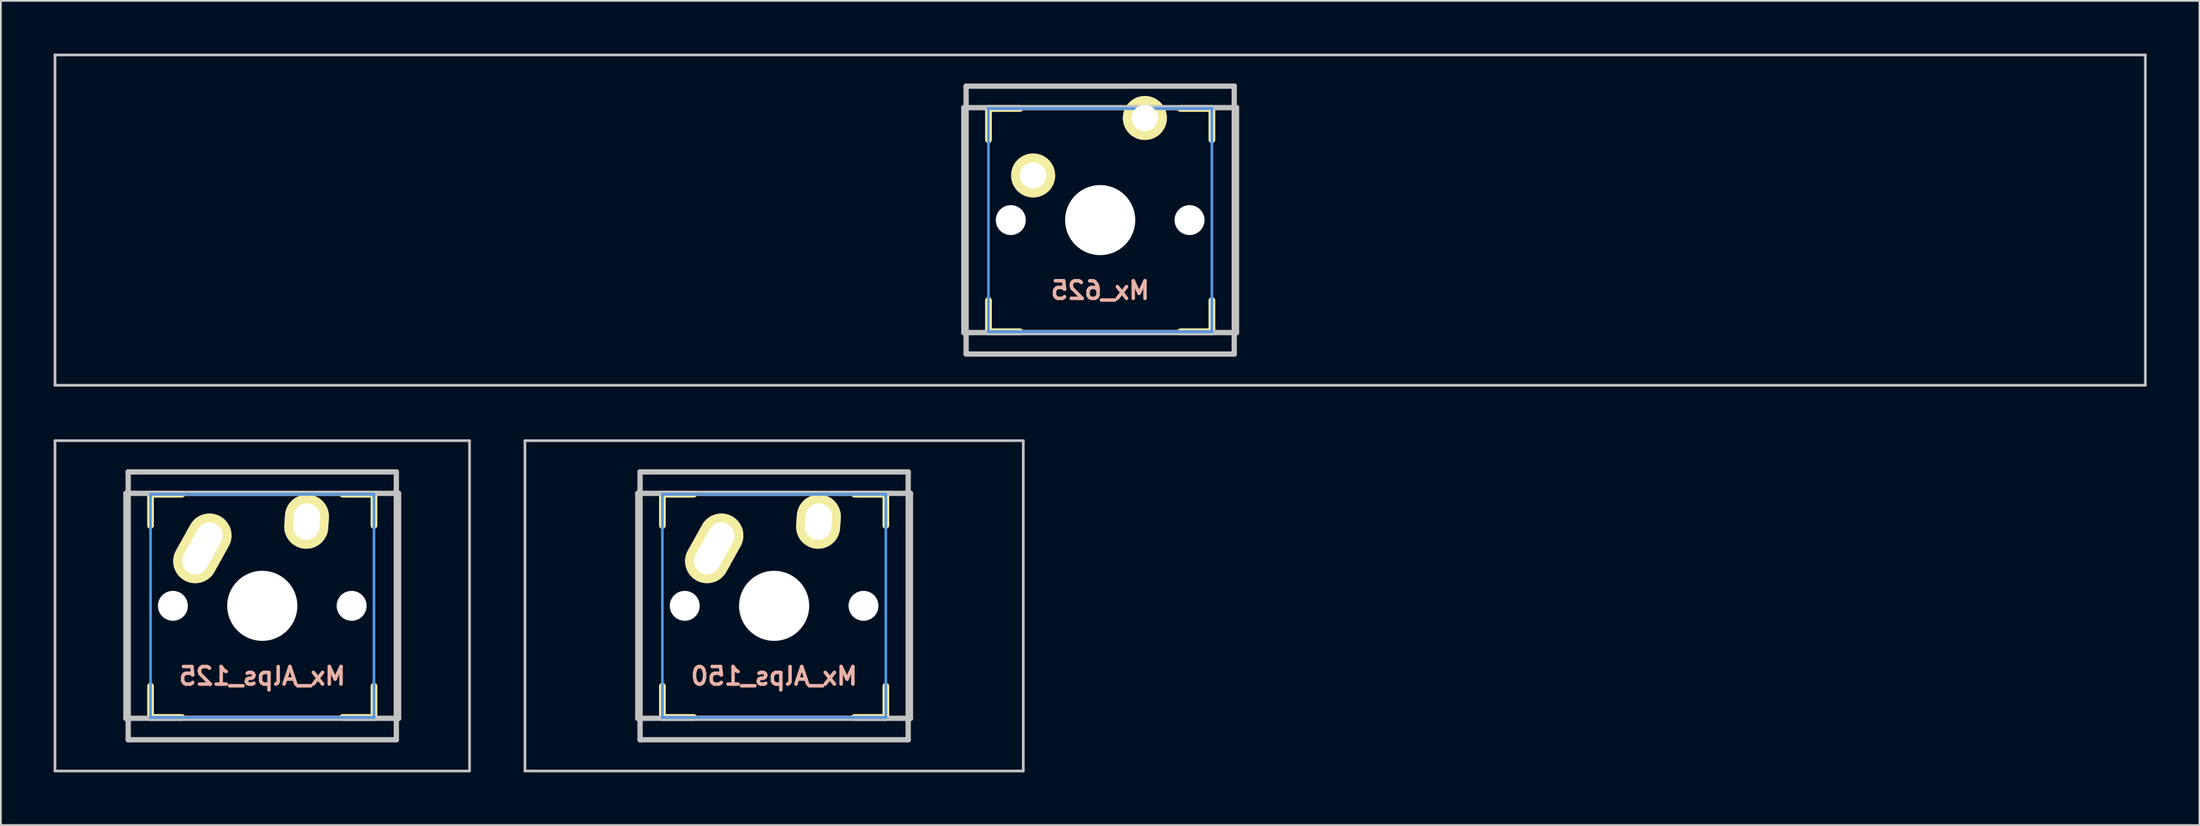
<source format=kicad_pcb>
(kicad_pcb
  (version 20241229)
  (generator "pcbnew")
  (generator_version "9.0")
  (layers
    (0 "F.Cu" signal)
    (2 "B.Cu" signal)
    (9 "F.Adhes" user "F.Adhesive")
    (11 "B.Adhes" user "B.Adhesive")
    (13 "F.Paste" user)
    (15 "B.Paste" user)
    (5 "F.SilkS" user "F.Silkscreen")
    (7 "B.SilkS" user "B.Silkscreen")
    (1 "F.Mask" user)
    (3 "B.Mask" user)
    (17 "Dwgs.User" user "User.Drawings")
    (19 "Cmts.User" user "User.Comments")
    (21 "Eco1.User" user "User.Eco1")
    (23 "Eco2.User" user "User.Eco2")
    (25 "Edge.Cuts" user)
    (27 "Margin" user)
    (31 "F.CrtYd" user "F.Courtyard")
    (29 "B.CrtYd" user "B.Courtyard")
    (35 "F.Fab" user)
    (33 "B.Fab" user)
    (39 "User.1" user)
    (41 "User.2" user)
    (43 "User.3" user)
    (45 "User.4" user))
  (footprint "Mx_Alps_150"
    (layer "F.Cu")
    (at 40.95 31.423)
    (property "Reference" "Mx_Alps_150" (at 0 4 0) (layer "B.SilkS") (effects (font (size 1 1) (thickness 0.2)) (justify mirror)))
    (attr through_hole)
    (fp_line (start -6.35 -6.35) (end -4.572 -6.35) (stroke (width 0.381) (type solid)) (layer "F.SilkS"))
    (fp_line (start -6.35 -4.572) (end -6.35 -6.35) (stroke (width 0.381) (type solid)) (layer "F.SilkS"))
    (fp_line (start -6.35 6.35) (end -6.35 4.572) (stroke (width 0.381) (type solid)) (layer "F.SilkS"))
    (fp_line (start -4.572 6.35) (end -6.35 6.35) (stroke (width 0.381) (type solid)) (layer "F.SilkS"))
    (fp_line (start 4.572 -6.35) (end 6.35 -6.35) (stroke (width 0.381) (type solid)) (layer "F.SilkS"))
    (fp_line (start 6.35 -6.35) (end 6.35 -4.572) (stroke (width 0.381) (type solid)) (layer "F.SilkS"))
    (fp_line (start 6.35 4.572) (end 6.35 6.35) (stroke (width 0.381) (type solid)) (layer "F.SilkS"))
    (fp_line (start 6.35 6.35) (end 4.572 6.35) (stroke (width 0.381) (type solid)) (layer "F.SilkS"))
    (fp_line (start -14.161 -9.398) (end 14.161 -9.398) (stroke (width 0.152) (type solid)) (layer "Dwgs.User"))
    (fp_line (start -14.161 9.398) (end -14.161 -9.398) (stroke (width 0.152) (type solid)) (layer "Dwgs.User"))
    (fp_line (start -7.75 6.4) (end -7.75 -6.4) (stroke (width 0.3) (type solid)) (layer "Dwgs.User"))
    (fp_line (start -7.75 6.4) (end 7.75 6.4) (stroke (width 0.3) (type solid)) (layer "Dwgs.User"))
    (fp_line (start -7.62 -7.62) (end 7.62 -7.62) (stroke (width 0.3) (type solid)) (layer "Dwgs.User"))
    (fp_line (start -7.62 7.62) (end -7.62 -7.62) (stroke (width 0.3) (type solid)) (layer "Dwgs.User"))
    (fp_line (start 7.62 -7.62) (end 7.62 7.62) (stroke (width 0.3) (type solid)) (layer "Dwgs.User"))
    (fp_line (start 7.62 7.62) (end -7.62 7.62) (stroke (width 0.3) (type solid)) (layer "Dwgs.User"))
    (fp_line (start 7.75 -6.4) (end -7.75 -6.4) (stroke (width 0.3) (type solid)) (layer "Dwgs.User"))
    (fp_line (start 7.75 6.4) (end 7.75 -6.4) (stroke (width 0.3) (type solid)) (layer "Dwgs.User"))
    (fp_line (start 14.161 -9.398) (end 14.161 9.398) (stroke (width 0.152) (type solid)) (layer "Dwgs.User"))
    (fp_line (start 14.161 9.398) (end -14.161 9.398) (stroke (width 0.152) (type solid)) (layer "Dwgs.User"))
    (fp_line (start -6.35 -6.35) (end 6.35 -6.35) (stroke (width 0.152) (type solid)) (layer "Cmts.User"))
    (fp_line (start -6.35 6.35) (end -6.35 -6.35) (stroke (width 0.152) (type solid)) (layer "Cmts.User"))
    (fp_line (start 6.35 -6.35) (end 6.35 6.35) (stroke (width 0.152) (type solid)) (layer "Cmts.User"))
    (fp_line (start 6.35 6.35) (end -6.35 6.35) (stroke (width 0.152) (type solid)) (layer "Cmts.User"))
    (fp_line (start -6.985 -6.985) (end 6.985 -6.985) (stroke (width 0.152) (type solid)) (layer "Eco2.User"))
    (fp_line (start -6.985 6.985) (end -6.985 -6.985) (stroke (width 0.152) (type solid)) (layer "Eco2.User"))
    (fp_line (start 6.985 -6.985) (end 6.985 6.985) (stroke (width 0.152) (type solid)) (layer "Eco2.User"))
    (fp_line (start 6.985 6.985) (end -6.985 6.985) (stroke (width 0.152) (type solid)) (layer "Eco2.User"))
    (pad "" np_thru_hole circle (at -5.08 0) (size 1.702 1.702) (drill 1.702) (layers "*.Cu"))
    (pad "" np_thru_hole circle (at 0 0) (size 3.988 3.988) (drill 3.988) (layers "*.Cu"))
    (pad "" np_thru_hole circle (at 5.08 0) (size 1.702 1.702) (drill 1.702) (layers "*.Cu"))
    (pad "1" thru_hole oval (at -3.405 -3.27 330.95) (size 2.5 4.17) (drill oval 1.5 3.17) (layers "*.Cu" "*.Mask" "F.SilkS"))
    (pad "2" thru_hole oval (at 2.52 -4.79 356.1) (size 2.5 3.08) (drill oval 1.5 2.08) (layers "*.Cu" "*.Mask" "F.SilkS")))
  (footprint "Mx_625"
    (layer "F.Cu")
    (at 59.482 9.474)
    (property "Reference" "Mx_625" (at 0 4 0) (layer "B.SilkS") (effects (font (size 1 1) (thickness 0.2)) (justify mirror)))
    (attr through_hole)
    (fp_line (start -6.35 -6.35) (end -4.572 -6.35) (stroke (width 0.381) (type solid)) (layer "F.SilkS"))
    (fp_line (start -6.35 -4.572) (end -6.35 -6.35) (stroke (width 0.381) (type solid)) (layer "F.SilkS"))
    (fp_line (start -6.35 6.35) (end -6.35 4.572) (stroke (width 0.381) (type solid)) (layer "F.SilkS"))
    (fp_line (start -4.572 6.35) (end -6.35 6.35) (stroke (width 0.381) (type solid)) (layer "F.SilkS"))
    (fp_line (start 4.572 -6.35) (end 6.35 -6.35) (stroke (width 0.381) (type solid)) (layer "F.SilkS"))
    (fp_line (start 6.35 -6.35) (end 6.35 -4.572) (stroke (width 0.381) (type solid)) (layer "F.SilkS"))
    (fp_line (start 6.35 4.572) (end 6.35 6.35) (stroke (width 0.381) (type solid)) (layer "F.SilkS"))
    (fp_line (start 6.35 6.35) (end 4.572 6.35) (stroke (width 0.381) (type solid)) (layer "F.SilkS"))
    (fp_line (start -59.406 -9.398) (end 59.406 -9.398) (stroke (width 0.152) (type solid)) (layer "Dwgs.User"))
    (fp_line (start -59.406 9.398) (end -59.406 -9.398) (stroke (width 0.152) (type solid)) (layer "Dwgs.User"))
    (fp_line (start -7.75 6.4) (end -7.75 -6.4) (stroke (width 0.3) (type solid)) (layer "Dwgs.User"))
    (fp_line (start -7.75 6.4) (end 7.75 6.4) (stroke (width 0.3) (type solid)) (layer "Dwgs.User"))
    (fp_line (start -7.62 -7.62) (end 7.62 -7.62) (stroke (width 0.3) (type solid)) (layer "Dwgs.User"))
    (fp_line (start -7.62 7.62) (end -7.62 -7.62) (stroke (width 0.3) (type solid)) (layer "Dwgs.User"))
    (fp_line (start 7.62 -7.62) (end 7.62 7.62) (stroke (width 0.3) (type solid)) (layer "Dwgs.User"))
    (fp_line (start 7.62 7.62) (end -7.62 7.62) (stroke (width 0.3) (type solid)) (layer "Dwgs.User"))
    (fp_line (start 7.75 -6.4) (end -7.75 -6.4) (stroke (width 0.3) (type solid)) (layer "Dwgs.User"))
    (fp_line (start 7.75 6.4) (end 7.75 -6.4) (stroke (width 0.3) (type solid)) (layer "Dwgs.User"))
    (fp_line (start 59.406 -9.398) (end 59.406 9.398) (stroke (width 0.152) (type solid)) (layer "Dwgs.User"))
    (fp_line (start 59.406 9.398) (end -59.406 9.398) (stroke (width 0.152) (type solid)) (layer "Dwgs.User"))
    (fp_line (start -6.35 -6.35) (end 6.35 -6.35) (stroke (width 0.152) (type solid)) (layer "Cmts.User"))
    (fp_line (start -6.35 6.35) (end -6.35 -6.35) (stroke (width 0.152) (type solid)) (layer "Cmts.User"))
    (fp_line (start 6.35 -6.35) (end 6.35 6.35) (stroke (width 0.152) (type solid)) (layer "Cmts.User"))
    (fp_line (start 6.35 6.35) (end -6.35 6.35) (stroke (width 0.152) (type solid)) (layer "Cmts.User"))
    (fp_line (start -6.985 -6.985) (end 6.985 -6.985) (stroke (width 0.152) (type solid)) (layer "Eco2.User"))
    (fp_line (start -6.985 6.985) (end -6.985 -6.985) (stroke (width 0.152) (type solid)) (layer "Eco2.User"))
    (fp_line (start 6.985 -6.985) (end 6.985 6.985) (stroke (width 0.152) (type solid)) (layer "Eco2.User"))
    (fp_line (start 6.985 6.985) (end -6.985 6.985) (stroke (width 0.152) (type solid)) (layer "Eco2.User"))
    (pad "" np_thru_hole circle (at -5.08 0) (size 1.702 1.702) (drill 1.702) (layers "*.Cu"))
    (pad "" np_thru_hole circle (at 0 0) (size 3.988 3.988) (drill 3.988) (layers "*.Cu"))
    (pad "" np_thru_hole circle (at 5.08 0) (size 1.702 1.702) (drill 1.702) (layers "*.Cu"))
    (pad "1" thru_hole circle (at -3.81 -2.54 330.95) (size 2.5 2.5) (drill 1.5) (layers "*.Cu" "*.Mask" "F.SilkS"))
    (pad "2" thru_hole circle (at 2.54 -5.81 356.1) (size 2.5 2.5) (drill 1.5) (layers "*.Cu" "*.Mask" "F.SilkS")))
  (footprint "Mx_Alps_125"
    (layer "F.Cu")
    (at 11.857 31.423)
    (property "Reference" "Mx_Alps_125" (at 0 4 0) (layer "B.SilkS") (effects (font (size 1 1) (thickness 0.2)) (justify mirror)))
    (attr through_hole)
    (fp_line (start -6.35 -6.35) (end -4.572 -6.35) (stroke (width 0.381) (type solid)) (layer "F.SilkS"))
    (fp_line (start -6.35 -4.572) (end -6.35 -6.35) (stroke (width 0.381) (type solid)) (layer "F.SilkS"))
    (fp_line (start -6.35 6.35) (end -6.35 4.572) (stroke (width 0.381) (type solid)) (layer "F.SilkS"))
    (fp_line (start -4.572 6.35) (end -6.35 6.35) (stroke (width 0.381) (type solid)) (layer "F.SilkS"))
    (fp_line (start 4.572 -6.35) (end 6.35 -6.35) (stroke (width 0.381) (type solid)) (layer "F.SilkS"))
    (fp_line (start 6.35 -6.35) (end 6.35 -4.572) (stroke (width 0.381) (type solid)) (layer "F.SilkS"))
    (fp_line (start 6.35 4.572) (end 6.35 6.35) (stroke (width 0.381) (type solid)) (layer "F.SilkS"))
    (fp_line (start 6.35 6.35) (end 4.572 6.35) (stroke (width 0.381) (type solid)) (layer "F.SilkS"))
    (fp_line (start -11.781 -9.398) (end 11.781 -9.398) (stroke (width 0.152) (type solid)) (layer "Dwgs.User"))
    (fp_line (start -11.781 9.398) (end -11.781 -9.398) (stroke (width 0.152) (type solid)) (layer "Dwgs.User"))
    (fp_line (start -7.75 6.4) (end -7.75 -6.4) (stroke (width 0.3) (type solid)) (layer "Dwgs.User"))
    (fp_line (start -7.75 6.4) (end 7.75 6.4) (stroke (width 0.3) (type solid)) (layer "Dwgs.User"))
    (fp_line (start -7.62 -7.62) (end 7.62 -7.62) (stroke (width 0.3) (type solid)) (layer "Dwgs.User"))
    (fp_line (start -7.62 7.62) (end -7.62 -7.62) (stroke (width 0.3) (type solid)) (layer "Dwgs.User"))
    (fp_line (start 7.62 -7.62) (end 7.62 7.62) (stroke (width 0.3) (type solid)) (layer "Dwgs.User"))
    (fp_line (start 7.62 7.62) (end -7.62 7.62) (stroke (width 0.3) (type solid)) (layer "Dwgs.User"))
    (fp_line (start 7.75 -6.4) (end -7.75 -6.4) (stroke (width 0.3) (type solid)) (layer "Dwgs.User"))
    (fp_line (start 7.75 6.4) (end 7.75 -6.4) (stroke (width 0.3) (type solid)) (layer "Dwgs.User"))
    (fp_line (start 11.781 -9.398) (end 11.781 9.398) (stroke (width 0.152) (type solid)) (layer "Dwgs.User"))
    (fp_line (start 11.781 9.398) (end -11.781 9.398) (stroke (width 0.152) (type solid)) (layer "Dwgs.User"))
    (fp_line (start -6.35 -6.35) (end 6.35 -6.35) (stroke (width 0.152) (type solid)) (layer "Cmts.User"))
    (fp_line (start -6.35 6.35) (end -6.35 -6.35) (stroke (width 0.152) (type solid)) (layer "Cmts.User"))
    (fp_line (start 6.35 -6.35) (end 6.35 6.35) (stroke (width 0.152) (type solid)) (layer "Cmts.User"))
    (fp_line (start 6.35 6.35) (end -6.35 6.35) (stroke (width 0.152) (type solid)) (layer "Cmts.User"))
    (fp_line (start -6.985 -6.985) (end 6.985 -6.985) (stroke (width 0.152) (type solid)) (layer "Eco2.User"))
    (fp_line (start -6.985 6.985) (end -6.985 -6.985) (stroke (width 0.152) (type solid)) (layer "Eco2.User"))
    (fp_line (start 6.985 -6.985) (end 6.985 6.985) (stroke (width 0.152) (type solid)) (layer "Eco2.User"))
    (fp_line (start 6.985 6.985) (end -6.985 6.985) (stroke (width 0.152) (type solid)) (layer "Eco2.User"))
    (pad "" np_thru_hole circle (at -5.08 0) (size 1.702 1.702) (drill 1.702) (layers "*.Cu"))
    (pad "" np_thru_hole circle (at 0 0) (size 3.988 3.988) (drill 3.988) (layers "*.Cu"))
    (pad "" np_thru_hole circle (at 5.08 0) (size 1.702 1.702) (drill 1.702) (layers "*.Cu"))
    (pad "1" thru_hole oval (at -3.405 -3.27 330.95) (size 2.5 4.17) (drill oval 1.5 3.17) (layers "*.Cu" "*.Mask" "F.SilkS"))
    (pad "2" thru_hole oval (at 2.52 -4.79 356.1) (size 2.5 3.08) (drill oval 1.5 2.08) (layers "*.Cu" "*.Mask" "F.SilkS")))
  (gr_rect
    (start -3 -3)
    (end 121.963 43.897)
    (stroke (width 0.1) (type default))
    (fill no)
    (layer "Edge.Cuts")))
</source>
